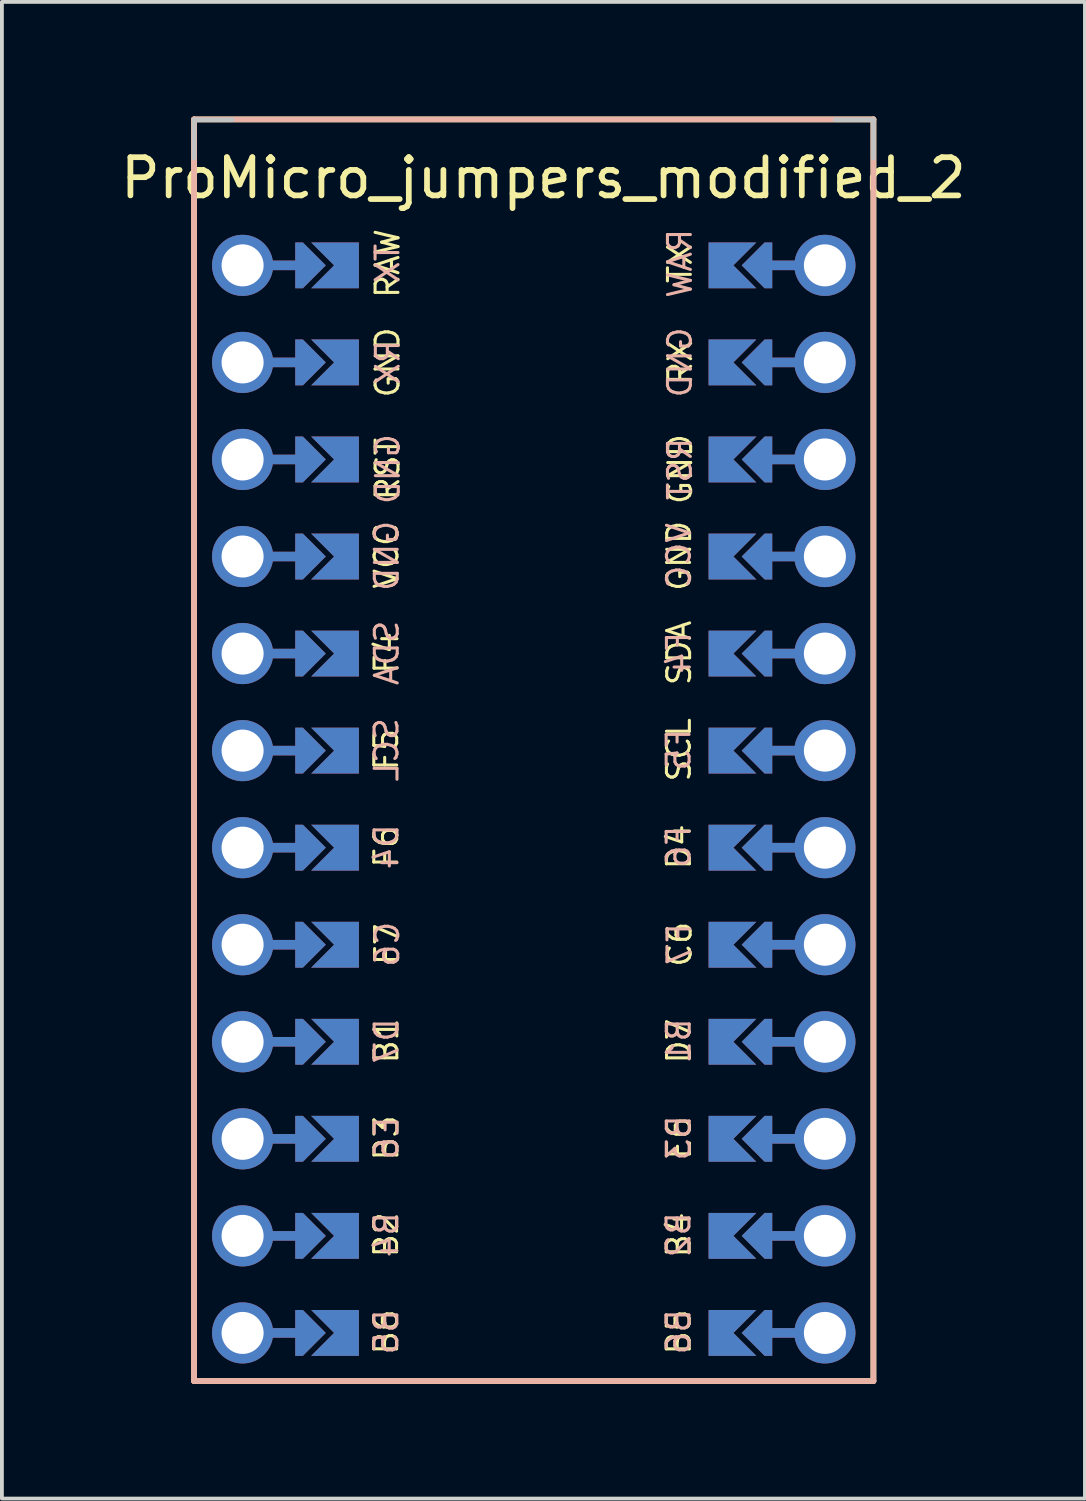
<source format=kicad_pcb>
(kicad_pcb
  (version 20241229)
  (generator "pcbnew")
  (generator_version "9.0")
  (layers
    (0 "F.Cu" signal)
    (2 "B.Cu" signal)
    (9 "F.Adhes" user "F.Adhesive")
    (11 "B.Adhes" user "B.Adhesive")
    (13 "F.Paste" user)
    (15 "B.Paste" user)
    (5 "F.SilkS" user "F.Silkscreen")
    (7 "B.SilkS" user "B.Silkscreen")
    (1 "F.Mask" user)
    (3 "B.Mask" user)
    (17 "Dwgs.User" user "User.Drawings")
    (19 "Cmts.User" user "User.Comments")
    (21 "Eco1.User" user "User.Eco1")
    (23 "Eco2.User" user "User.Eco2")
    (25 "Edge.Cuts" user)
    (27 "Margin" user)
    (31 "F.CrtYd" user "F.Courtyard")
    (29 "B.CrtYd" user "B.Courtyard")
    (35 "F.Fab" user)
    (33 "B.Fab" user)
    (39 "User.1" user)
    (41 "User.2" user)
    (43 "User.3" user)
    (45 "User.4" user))
  (footprint "ProMicro_jumpers_modified_2"
    (layer "F.Cu")
    (at 10.919 17.865)
    (property "Reference" "ProMicro_jumpers_modified_2" (at 0.254 -16.256 0) (layer "F.SilkS") (effects (font (size 1 1) (thickness 0.15))))
    (fp_poly (pts (xy -5.08 -14.478) (xy -5.08 -13.462) (xy -6.096 -13.462) (xy -6.096 -14.478)) (stroke (width 0.1) (type solid)) (fill yes) (layer "F.Mask"))
    (fp_poly (pts (xy -5.08 -11.938) (xy -5.08 -10.922) (xy -6.096 -10.922) (xy -6.096 -11.938)) (stroke (width 0.1) (type solid)) (fill yes) (layer "F.Mask"))
    (fp_poly (pts (xy -5.08 -9.398) (xy -5.08 -8.382) (xy -6.096 -8.382) (xy -6.096 -9.398)) (stroke (width 0.1) (type solid)) (fill yes) (layer "F.Mask"))
    (fp_poly (pts (xy -5.08 -6.858) (xy -5.08 -5.842) (xy -6.096 -5.842) (xy -6.096 -6.858)) (stroke (width 0.1) (type solid)) (fill yes) (layer "F.Mask"))
    (fp_poly (pts (xy -5.08 -4.318) (xy -5.08 -3.302) (xy -6.096 -3.302) (xy -6.096 -4.318)) (stroke (width 0.1) (type solid)) (fill yes) (layer "F.Mask"))
    (fp_poly (pts (xy -5.08 -1.778) (xy -5.08 -0.762) (xy -6.096 -0.762) (xy -6.096 -1.778)) (stroke (width 0.1) (type solid)) (fill yes) (layer "F.Mask"))
    (fp_poly (pts (xy -5.08 0.762) (xy -5.08 1.778) (xy -6.096 1.778) (xy -6.096 0.762)) (stroke (width 0.1) (type solid)) (fill yes) (layer "F.Mask"))
    (fp_poly (pts (xy -5.08 3.302) (xy -5.08 4.318) (xy -6.096 4.318) (xy -6.096 3.302)) (stroke (width 0.1) (type solid)) (fill yes) (layer "F.Mask"))
    (fp_poly (pts (xy -5.08 5.842) (xy -5.08 6.858) (xy -6.096 6.858) (xy -6.096 5.842)) (stroke (width 0.1) (type solid)) (fill yes) (layer "F.Mask"))
    (fp_poly (pts (xy -5.08 8.382) (xy -5.08 9.398) (xy -6.096 9.398) (xy -6.096 8.382)) (stroke (width 0.1) (type solid)) (fill yes) (layer "F.Mask"))
    (fp_poly (pts (xy -5.08 10.922) (xy -5.08 11.938) (xy -6.096 11.938) (xy -6.096 10.922)) (stroke (width 0.1) (type solid)) (fill yes) (layer "F.Mask"))
    (fp_poly (pts (xy -5.08 13.462) (xy -5.08 14.478) (xy -6.096 14.478) (xy -6.096 13.462)) (stroke (width 0.1) (type solid)) (fill yes) (layer "F.Mask"))
    (fp_poly (pts (xy 5.08 -13.462) (xy 5.08 -14.478) (xy 6.096 -14.478) (xy 6.096 -13.462)) (stroke (width 0.1) (type solid)) (fill yes) (layer "F.Mask"))
    (fp_poly (pts (xy 5.08 -10.922) (xy 5.08 -11.938) (xy 6.096 -11.938) (xy 6.096 -10.922)) (stroke (width 0.1) (type solid)) (fill yes) (layer "F.Mask"))
    (fp_poly (pts (xy 5.08 -8.382) (xy 5.08 -9.398) (xy 6.096 -9.398) (xy 6.096 -8.382)) (stroke (width 0.1) (type solid)) (fill yes) (layer "F.Mask"))
    (fp_poly (pts (xy 5.08 -5.842) (xy 5.08 -6.858) (xy 6.096 -6.858) (xy 6.096 -5.842)) (stroke (width 0.1) (type solid)) (fill yes) (layer "F.Mask"))
    (fp_poly (pts (xy 5.08 -3.302) (xy 5.08 -4.318) (xy 6.096 -4.318) (xy 6.096 -3.302)) (stroke (width 0.1) (type solid)) (fill yes) (layer "F.Mask"))
    (fp_poly (pts (xy 5.08 -0.762) (xy 5.08 -1.778) (xy 6.096 -1.778) (xy 6.096 -0.762)) (stroke (width 0.1) (type solid)) (fill yes) (layer "F.Mask"))
    (fp_poly (pts (xy 5.08 1.778) (xy 5.08 0.762) (xy 6.096 0.762) (xy 6.096 1.778)) (stroke (width 0.1) (type solid)) (fill yes) (layer "F.Mask"))
    (fp_poly (pts (xy 5.08 4.318) (xy 5.08 3.302) (xy 6.096 3.302) (xy 6.096 4.318)) (stroke (width 0.1) (type solid)) (fill yes) (layer "F.Mask"))
    (fp_poly (pts (xy 5.08 6.858) (xy 5.08 5.842) (xy 6.096 5.842) (xy 6.096 6.858)) (stroke (width 0.1) (type solid)) (fill yes) (layer "F.Mask"))
    (fp_poly (pts (xy 5.08 9.398) (xy 5.08 8.382) (xy 6.096 8.382) (xy 6.096 9.398)) (stroke (width 0.1) (type solid)) (fill yes) (layer "F.Mask"))
    (fp_poly (pts (xy 5.08 11.938) (xy 5.08 10.922) (xy 6.096 10.922) (xy 6.096 11.938)) (stroke (width 0.1) (type solid)) (fill yes) (layer "F.Mask"))
    (fp_poly (pts (xy 5.08 14.478) (xy 5.08 13.462) (xy 6.096 13.462) (xy 6.096 14.478)) (stroke (width 0.1) (type solid)) (fill yes) (layer "F.Mask"))
    (fp_poly (pts (xy -5.08 -14.478) (xy -5.08 -13.462) (xy -6.096 -13.462) (xy -6.096 -14.478)) (stroke (width 0.1) (type solid)) (fill yes) (layer "B.Mask"))
    (fp_poly (pts (xy -5.08 -11.938) (xy -5.08 -10.922) (xy -6.096 -10.922) (xy -6.096 -11.938)) (stroke (width 0.1) (type solid)) (fill yes) (layer "B.Mask"))
    (fp_poly (pts (xy -5.08 -9.398) (xy -5.08 -8.382) (xy -6.096 -8.382) (xy -6.096 -9.398)) (stroke (width 0.1) (type solid)) (fill yes) (layer "B.Mask"))
    (fp_poly (pts (xy -5.08 -6.858) (xy -5.08 -5.842) (xy -6.096 -5.842) (xy -6.096 -6.858)) (stroke (width 0.1) (type solid)) (fill yes) (layer "B.Mask"))
    (fp_poly (pts (xy -5.08 -4.318) (xy -5.08 -3.302) (xy -6.096 -3.302) (xy -6.096 -4.318)) (stroke (width 0.1) (type solid)) (fill yes) (layer "B.Mask"))
    (fp_poly (pts (xy -5.08 -1.778) (xy -5.08 -0.762) (xy -6.096 -0.762) (xy -6.096 -1.778)) (stroke (width 0.1) (type solid)) (fill yes) (layer "B.Mask"))
    (fp_poly (pts (xy -5.08 0.762) (xy -5.08 1.778) (xy -6.096 1.778) (xy -6.096 0.762)) (stroke (width 0.1) (type solid)) (fill yes) (layer "B.Mask"))
    (fp_poly (pts (xy -5.08 3.302) (xy -5.08 4.318) (xy -6.096 4.318) (xy -6.096 3.302)) (stroke (width 0.1) (type solid)) (fill yes) (layer "B.Mask"))
    (fp_poly (pts (xy -5.08 5.842) (xy -5.08 6.858) (xy -6.096 6.858) (xy -6.096 5.842)) (stroke (width 0.1) (type solid)) (fill yes) (layer "B.Mask"))
    (fp_poly (pts (xy -5.08 8.382) (xy -5.08 9.398) (xy -6.096 9.398) (xy -6.096 8.382)) (stroke (width 0.1) (type solid)) (fill yes) (layer "B.Mask"))
    (fp_poly (pts (xy -5.08 10.922) (xy -5.08 11.938) (xy -6.096 11.938) (xy -6.096 10.922)) (stroke (width 0.1) (type solid)) (fill yes) (layer "B.Mask"))
    (fp_poly (pts (xy -5.08 13.462) (xy -5.08 14.478) (xy -6.096 14.478) (xy -6.096 13.462)) (stroke (width 0.1) (type solid)) (fill yes) (layer "B.Mask"))
    (fp_poly (pts (xy 5.08 -13.462) (xy 5.08 -14.478) (xy 6.096 -14.478) (xy 6.096 -13.462)) (stroke (width 0.1) (type solid)) (fill yes) (layer "B.Mask"))
    (fp_poly (pts (xy 5.08 -10.922) (xy 5.08 -11.938) (xy 6.096 -11.938) (xy 6.096 -10.922)) (stroke (width 0.1) (type solid)) (fill yes) (layer "B.Mask"))
    (fp_poly (pts (xy 5.08 -8.382) (xy 5.08 -9.398) (xy 6.096 -9.398) (xy 6.096 -8.382)) (stroke (width 0.1) (type solid)) (fill yes) (layer "B.Mask"))
    (fp_poly (pts (xy 5.08 -5.842) (xy 5.08 -6.858) (xy 6.096 -6.858) (xy 6.096 -5.842)) (stroke (width 0.1) (type solid)) (fill yes) (layer "B.Mask"))
    (fp_poly (pts (xy 5.08 -3.302) (xy 5.08 -4.318) (xy 6.096 -4.318) (xy 6.096 -3.302)) (stroke (width 0.1) (type solid)) (fill yes) (layer "B.Mask"))
    (fp_poly (pts (xy 5.08 -0.762) (xy 5.08 -1.778) (xy 6.096 -1.778) (xy 6.096 -0.762)) (stroke (width 0.1) (type solid)) (fill yes) (layer "B.Mask"))
    (fp_poly (pts (xy 5.08 1.778) (xy 5.08 0.762) (xy 6.096 0.762) (xy 6.096 1.778)) (stroke (width 0.1) (type solid)) (fill yes) (layer "B.Mask"))
    (fp_poly (pts (xy 5.08 4.318) (xy 5.08 3.302) (xy 6.096 3.302) (xy 6.096 4.318)) (stroke (width 0.1) (type solid)) (fill yes) (layer "B.Mask"))
    (fp_poly (pts (xy 5.08 6.858) (xy 5.08 5.842) (xy 6.096 5.842) (xy 6.096 6.858)) (stroke (width 0.1) (type solid)) (fill yes) (layer "B.Mask"))
    (fp_poly (pts (xy 5.08 9.398) (xy 5.08 8.382) (xy 6.096 8.382) (xy 6.096 9.398)) (stroke (width 0.1) (type solid)) (fill yes) (layer "B.Mask"))
    (fp_poly (pts (xy 5.08 11.938) (xy 5.08 10.922) (xy 6.096 10.922) (xy 6.096 11.938)) (stroke (width 0.1) (type solid)) (fill yes) (layer "B.Mask"))
    (fp_poly (pts (xy 5.08 14.478) (xy 5.08 13.462) (xy 6.096 13.462) (xy 6.096 14.478)) (stroke (width 0.1) (type solid)) (fill yes) (layer "B.Mask"))
    (fp_line (start -8.89 -17.79) (end -8.89 15.23) (stroke (width 0.15) (type solid)) (layer "F.SilkS"))
    (fp_line (start -8.89 -17.79) (end 8.89 -17.79) (stroke (width 0.15) (type default)) (layer "F.SilkS"))
    (fp_line (start 8.89 -17.79) (end 8.89 15.23) (stroke (width 0.15) (type solid)) (layer "F.SilkS"))
    (fp_line (start 8.89 15.23) (end -8.89 15.23) (stroke (width 0.15) (type default)) (layer "F.SilkS"))
    (fp_line (start -8.89 -17.79) (end -8.89 15.23) (stroke (width 0.15) (type solid)) (layer "B.SilkS"))
    (fp_line (start -8.89 15.23) (end 8.89 15.23) (stroke (width 0.15) (type default)) (layer "B.SilkS"))
    (fp_line (start 8.89 -17.79) (end -8.89 -17.79) (stroke (width 0.15) (type default)) (layer "B.SilkS"))
    (fp_line (start 8.89 -17.79) (end 8.89 15.23) (stroke (width 0.15) (type solid)) (layer "B.SilkS"))
    (fp_line (start -8.89 -17.78) (end -8.89 -16.78) (stroke (width 0.12) (type solid)) (layer "Dwgs.User"))
    (fp_line (start -8.89 -17.78) (end -7.89 -17.78) (stroke (width 0.12) (type solid)) (layer "Dwgs.User"))
    (fp_line (start 8.89 -17.78) (end 7.89 -17.78) (stroke (width 0.12) (type solid)) (layer "Dwgs.User"))
    (fp_line (start 8.89 -17.78) (end 8.89 -16.78) (stroke (width 0.12) (type solid)) (layer "Dwgs.User"))
    (fp_text user "C6" (at 3.82 3.798 90) (layer "F.SilkS") (effects (font (size 0.6 0.6) (thickness 0.08))))
    (fp_text user "B2" (at -3.864 11.402 90) (layer "F.SilkS") (effects (font (size 0.6 0.6) (thickness 0.08))))
    (fp_text user "F4" (at -3.853 -3.829 90) (layer "F.SilkS") (effects (font (size 0.6 0.6) (thickness 0.08))))
    (fp_text user "D7" (at 3.802 6.329 90) (layer "F.SilkS") (effects (font (size 0.6 0.6) (thickness 0.08))))
    (fp_text user "GND" (at 3.806 -6.367 90) (layer "F.SilkS") (effects (font (size 0.6 0.6) (thickness 0.08))))
    (fp_text user "F6" (at -3.86 1.246 90) (layer "F.SilkS") (effects (font (size 0.6 0.6) (thickness 0.08))))
    (fp_text user "F7" (at -3.839 3.797 90) (layer "F.SilkS") (effects (font (size 0.6 0.6) (thickness 0.08))))
    (fp_text user "F5" (at -3.86 -1.294 90) (layer "F.SilkS") (effects (font (size 0.6 0.6) (thickness 0.08))))
    (fp_text user "RAW" (at -3.826 -14.02 90) (layer "F.SilkS") (effects (font (size 0.6 0.6) (thickness 0.08))))
    (fp_text user "GND" (at -3.826 -11.43 90) (layer "F.SilkS") (effects (font (size 0.6 0.6) (thickness 0.08))))
    (fp_text user "B5" (at 3.795 13.944 90) (layer "F.SilkS") (effects (font (size 0.6 0.6) (thickness 0.08))))
    (fp_text user "B1" (at -3.857 6.327 90) (layer "F.SilkS") (effects (font (size 0.6 0.6) (thickness 0.08))))
    (fp_text user "SDA" (at 3.806 -3.827 90) (layer "F.SilkS") (effects (font (size 0.6 0.6) (thickness 0.08))))
    (fp_text user "B4" (at 3.795 11.404 90) (layer "F.SilkS") (effects (font (size 0.6 0.6) (thickness 0.08))))
    (fp_text user "GND" (at 3.833 -8.638 90) (layer "F.SilkS") (effects (font (size 0.6 0.6) (thickness 0.08))))
    (fp_text user "E6" (at 3.802 8.869 90) (layer "F.SilkS") (effects (font (size 0.6 0.6) (thickness 0.08))))
    (fp_text user "VCC" (at -3.853 -6.369 90) (layer "F.SilkS") (effects (font (size 0.6 0.6) (thickness 0.08))))
    (fp_text user "RST" (at -3.826 -8.64 90) (layer "F.SilkS") (effects (font (size 0.6 0.6) (thickness 0.08))))
    (fp_text user "D4" (at 3.799 1.248 90) (layer "F.SilkS") (effects (font (size 0.6 0.6) (thickness 0.08))))
    (fp_text user "B3" (at -3.857 8.867 90) (layer "F.SilkS") (effects (font (size 0.6 0.6) (thickness 0.08))))
    (fp_text user "RX" (at 3.833 -11.428 90) (layer "F.SilkS") (effects (font (size 0.6 0.6) (thickness 0.08))))
    (fp_text user "SCL" (at 3.799 -1.292 90) (layer "F.SilkS") (effects (font (size 0.6 0.6) (thickness 0.08))))
    (fp_text user "B6" (at -3.864 13.942 90) (layer "F.SilkS") (effects (font (size 0.6 0.6) (thickness 0.08))))
    (fp_text user "TX" (at 3.826 -14.02 90) (layer "F.SilkS") (effects (font (size 0.6 0.6) (thickness 0.08))))
    (fp_text user "VCC" (at 3.799 -6.369 90) (layer "B.SilkS") (effects (font (size 0.6 0.6) (thickness 0.08)) (justify mirror)))
    (fp_text user "F5" (at 3.792 -1.294 90) (layer "B.SilkS") (effects (font (size 0.6 0.6) (thickness 0.08)) (justify mirror)))
    (fp_text user "SDA" (at -3.846 -3.827 90) (layer "B.SilkS") (effects (font (size 0.6 0.6) (thickness 0.08)) (justify mirror)))
    (fp_text user "E6" (at -3.85 8.869 90) (layer "B.SilkS") (effects (font (size 0.6 0.6) (thickness 0.08)) (justify mirror)))
    (fp_text user "F6" (at 3.792 1.246 90) (layer "B.SilkS") (effects (font (size 0.6 0.6) (thickness 0.08)) (justify mirror)))
    (fp_text user "GND" (at -3.819 -8.638 90) (layer "B.SilkS") (effects (font (size 0.6 0.6) (thickness 0.08)) (justify mirror)))
    (fp_text user "F7" (at 3.813 3.797 90) (layer "B.SilkS") (effects (font (size 0.6 0.6) (thickness 0.08)) (justify mirror)))
    (fp_text user "D4" (at -3.853 1.248 90) (layer "B.SilkS") (effects (font (size 0.6 0.6) (thickness 0.08)) (justify mirror)))
    (fp_text user "RAW" (at 3.826 -14.02 90) (layer "B.SilkS") (effects (font (size 0.6 0.6) (thickness 0.08)) (justify mirror)))
    (fp_text user "B2" (at 3.788 11.402 90) (layer "B.SilkS") (effects (font (size 0.6 0.6) (thickness 0.08)) (justify mirror)))
    (fp_text user "B6" (at 3.788 13.942 90) (layer "B.SilkS") (effects (font (size 0.6 0.6) (thickness 0.08)) (justify mirror)))
    (fp_text user "GND" (at -3.846 -6.367 90) (layer "B.SilkS") (effects (font (size 0.6 0.6) (thickness 0.08)) (justify mirror)))
    (fp_text user "B5" (at -3.857 13.944 90) (layer "B.SilkS") (effects (font (size 0.6 0.6) (thickness 0.08)) (justify mirror)))
    (fp_text user "B4" (at -3.857 11.404 90) (layer "B.SilkS") (effects (font (size 0.6 0.6) (thickness 0.08)) (justify mirror)))
    (fp_text user "RX" (at -3.819 -11.428 90) (layer "B.SilkS") (effects (font (size 0.6 0.6) (thickness 0.08)) (justify mirror)))
    (fp_text user "C6" (at -3.832 3.798 90) (layer "B.SilkS") (effects (font (size 0.6 0.6) (thickness 0.08)) (justify mirror)))
    (fp_text user "SCL" (at -3.853 -1.292 90) (layer "B.SilkS") (effects (font (size 0.6 0.6) (thickness 0.08)) (justify mirror)))
    (fp_text user "F4" (at 3.799 -3.829 90) (layer "B.SilkS") (effects (font (size 0.6 0.6) (thickness 0.08)) (justify mirror)))
    (fp_text user "D7" (at -3.85 6.329 90) (layer "B.SilkS") (effects (font (size 0.6 0.6) (thickness 0.08)) (justify mirror)))
    (fp_text user "TX" (at -3.826 -14.02 90) (layer "B.SilkS") (effects (font (size 0.6 0.6) (thickness 0.08)) (justify mirror)))
    (fp_text user "RST" (at 3.826 -8.64 90) (layer "B.SilkS") (effects (font (size 0.6 0.6) (thickness 0.08)) (justify mirror)))
    (fp_text user "GND" (at 3.826 -11.43 90) (layer "B.SilkS") (effects (font (size 0.6 0.6) (thickness 0.08)) (justify mirror)))
    (fp_text user "B3" (at 3.795 8.867 90) (layer "B.SilkS") (effects (font (size 0.6 0.6) (thickness 0.08)) (justify mirror)))
    (fp_text user "B1" (at 3.795 6.327 90) (layer "B.SilkS") (effects (font (size 0.6 0.6) (thickness 0.08)) (justify mirror)))
    (pad "" thru_hole circle (at -7.62 -13.97 270) (size 1.6 1.6) (drill 1.1) (layers "*.Cu" "*.Mask"))
    (pad "" thru_hole circle (at -7.62 -11.43 270) (size 1.6 1.6) (drill 1.1) (layers "*.Cu" "*.Mask"))
    (pad "" thru_hole circle (at -7.62 -8.89 270) (size 1.6 1.6) (drill 1.1) (layers "*.Cu" "*.Mask"))
    (pad "" thru_hole circle (at -7.62 -6.35 270) (size 1.6 1.6) (drill 1.1) (layers "*.Cu" "*.Mask"))
    (pad "" thru_hole circle (at -7.62 -3.81 270) (size 1.6 1.6) (drill 1.1) (layers "*.Cu" "*.Mask"))
    (pad "" thru_hole circle (at -7.62 -1.27 270) (size 1.6 1.6) (drill 1.1) (layers "*.Cu" "*.Mask"))
    (pad "" thru_hole circle (at -7.62 1.27 270) (size 1.6 1.6) (drill 1.1) (layers "*.Cu" "*.Mask"))
    (pad "" thru_hole circle (at -7.62 3.81 270) (size 1.6 1.6) (drill 1.1) (layers "*.Cu" "*.Mask"))
    (pad "" thru_hole circle (at -7.62 6.35 270) (size 1.6 1.6) (drill 1.1) (layers "*.Cu" "*.Mask"))
    (pad "" thru_hole circle (at -7.62 8.89 270) (size 1.6 1.6) (drill 1.1) (layers "*.Cu" "*.Mask"))
    (pad "" thru_hole circle (at -7.62 11.43 270) (size 1.6 1.6) (drill 1.1) (layers "*.Cu" "*.Mask"))
    (pad "" thru_hole circle (at -7.62 13.97 270) (size 1.6 1.6) (drill 1.1) (layers "*.Cu" "*.Mask"))
    (pad "" smd custom (at -6.35 -13.97 90) (size 0.25 1) (layers "F.Cu") (options (anchor rect)) (primitives))
    (pad "" smd custom (at -6.35 -13.97 90) (size 0.25 1) (layers "B.Cu") (options (anchor rect)) (primitives))
    (pad "" smd custom (at -6.35 -11.43 90) (size 0.25 1) (layers "F.Cu") (options (anchor rect)) (primitives))
    (pad "" smd custom (at -6.35 -11.43 90) (size 0.25 1) (layers "B.Cu") (options (anchor rect)) (primitives))
    (pad "" smd custom (at -6.35 -8.89 90) (size 0.25 1) (layers "F.Cu") (options (anchor rect)) (primitives))
    (pad "" smd custom (at -6.35 -8.89 90) (size 0.25 1) (layers "B.Cu") (options (anchor rect)) (primitives))
    (pad "" smd custom (at -6.35 -6.35 90) (size 0.25 1) (layers "F.Cu") (options (anchor rect)) (primitives))
    (pad "" smd custom (at -6.35 -6.35 90) (size 0.25 1) (layers "B.Cu") (options (anchor rect)) (primitives))
    (pad "" smd custom (at -6.35 -3.81 90) (size 0.25 1) (layers "F.Cu") (options (anchor rect)) (primitives))
    (pad "" smd custom (at -6.35 -3.81 90) (size 0.25 1) (layers "B.Cu") (options (anchor rect)) (primitives))
    (pad "" smd custom (at -6.35 -1.27 90) (size 0.25 1) (layers "F.Cu") (options (anchor rect)) (primitives))
    (pad "" smd custom (at -6.35 -1.27 90) (size 0.25 1) (layers "B.Cu") (options (anchor rect)) (primitives))
    (pad "" smd custom (at -6.35 1.27 90) (size 0.25 1) (layers "F.Cu") (options (anchor rect)) (primitives))
    (pad "" smd custom (at -6.35 1.27 90) (size 0.25 1) (layers "B.Cu") (options (anchor rect)) (primitives))
    (pad "" smd custom (at -6.35 3.81 90) (size 0.25 1) (layers "F.Cu") (options (anchor rect)) (primitives))
    (pad "" smd custom (at -6.35 3.81 90) (size 0.25 1) (layers "B.Cu") (options (anchor rect)) (primitives))
    (pad "" smd custom (at -6.35 6.35 90) (size 0.25 1) (layers "F.Cu") (options (anchor rect)) (primitives))
    (pad "" smd custom (at -6.35 6.35 90) (size 0.25 1) (layers "B.Cu") (options (anchor rect)) (primitives))
    (pad "" smd custom (at -6.35 8.89 90) (size 0.25 1) (layers "F.Cu") (options (anchor rect)) (primitives))
    (pad "" smd custom (at -6.35 8.89 90) (size 0.25 1) (layers "B.Cu") (options (anchor rect)) (primitives))
    (pad "" smd custom (at -6.35 11.43 90) (size 0.25 1) (layers "F.Cu") (options (anchor rect)) (primitives))
    (pad "" smd custom (at -6.35 11.43 90) (size 0.25 1) (layers "B.Cu") (options (anchor rect)) (primitives))
    (pad "" smd custom (at -6.35 13.97 90) (size 0.25 1) (layers "F.Cu") (options (anchor rect)) (primitives))
    (pad "" smd custom (at -6.35 13.97 90) (size 0.25 1) (layers "B.Cu") (options (anchor rect)) (primitives))
    (pad "" smd custom (at -5.842 -13.97 90) (size 0.1 0.1) (layers "F.Cu" "F.Mask") (options (anchor rect)) (primitives (gr_poly (pts (xy 0.6 -0.2) (xy 0 0.4) (xy -0.6 -0.2) (xy -0.6 -0.4) (xy 0.6 -0.4)) (width 0) (fill yes))))
    (pad "" smd custom (at -5.842 -13.97 90) (size 0.1 0.1) (layers "B.Cu" "B.Mask") (options (anchor rect)) (primitives (gr_poly (pts (xy 0.6 -0.2) (xy 0 0.4) (xy -0.6 -0.2) (xy -0.6 -0.4) (xy 0.6 -0.4)) (width 0) (fill yes))))
    (pad "" smd custom (at -5.842 -11.43 90) (size 0.1 0.1) (layers "F.Cu" "F.Mask") (options (anchor rect)) (primitives (gr_poly (pts (xy 0.6 -0.2) (xy 0 0.4) (xy -0.6 -0.2) (xy -0.6 -0.4) (xy 0.6 -0.4)) (width 0) (fill yes))))
    (pad "" smd custom (at -5.842 -11.43 90) (size 0.1 0.1) (layers "B.Cu" "B.Mask") (options (anchor rect)) (primitives (gr_poly (pts (xy 0.6 -0.2) (xy 0 0.4) (xy -0.6 -0.2) (xy -0.6 -0.4) (xy 0.6 -0.4)) (width 0) (fill yes))))
    (pad "" smd custom (at -5.842 -8.89 90) (size 0.1 0.1) (layers "F.Cu" "F.Mask") (options (anchor rect)) (primitives (gr_poly (pts (xy 0.6 -0.2) (xy 0 0.4) (xy -0.6 -0.2) (xy -0.6 -0.4) (xy 0.6 -0.4)) (width 0) (fill yes))))
    (pad "" smd custom (at -5.842 -8.89 90) (size 0.1 0.1) (layers "B.Cu" "B.Mask") (options (anchor rect)) (primitives (gr_poly (pts (xy 0.6 -0.2) (xy 0 0.4) (xy -0.6 -0.2) (xy -0.6 -0.4) (xy 0.6 -0.4)) (width 0) (fill yes))))
    (pad "" smd custom (at -5.842 -6.35 90) (size 0.1 0.1) (layers "F.Cu" "F.Mask") (options (anchor rect)) (primitives (gr_poly (pts (xy 0.6 -0.2) (xy 0 0.4) (xy -0.6 -0.2) (xy -0.6 -0.4) (xy 0.6 -0.4)) (width 0) (fill yes))))
    (pad "" smd custom (at -5.842 -6.35 90) (size 0.1 0.1) (layers "B.Cu" "B.Mask") (options (anchor rect)) (primitives (gr_poly (pts (xy 0.6 -0.2) (xy 0 0.4) (xy -0.6 -0.2) (xy -0.6 -0.4) (xy 0.6 -0.4)) (width 0) (fill yes))))
    (pad "" smd custom (at -5.842 -3.81 90) (size 0.1 0.1) (layers "F.Cu" "F.Mask") (options (anchor rect)) (primitives (gr_poly (pts (xy 0.6 -0.2) (xy 0 0.4) (xy -0.6 -0.2) (xy -0.6 -0.4) (xy 0.6 -0.4)) (width 0) (fill yes))))
    (pad "" smd custom (at -5.842 -3.81 90) (size 0.1 0.1) (layers "B.Cu" "B.Mask") (options (anchor rect)) (primitives (gr_poly (pts (xy 0.6 -0.2) (xy 0 0.4) (xy -0.6 -0.2) (xy -0.6 -0.4) (xy 0.6 -0.4)) (width 0) (fill yes))))
    (pad "" smd custom (at -5.842 -1.27 90) (size 0.1 0.1) (layers "F.Cu" "F.Mask") (options (anchor rect)) (primitives (gr_poly (pts (xy 0.6 -0.2) (xy 0 0.4) (xy -0.6 -0.2) (xy -0.6 -0.4) (xy 0.6 -0.4)) (width 0) (fill yes))))
    (pad "" smd custom (at -5.842 -1.27 90) (size 0.1 0.1) (layers "B.Cu" "B.Mask") (options (anchor rect)) (primitives (gr_poly (pts (xy 0.6 -0.2) (xy 0 0.4) (xy -0.6 -0.2) (xy -0.6 -0.4) (xy 0.6 -0.4)) (width 0) (fill yes))))
    (pad "" smd custom (at -5.842 1.27 90) (size 0.1 0.1) (layers "F.Cu" "F.Mask") (options (anchor rect)) (primitives (gr_poly (pts (xy 0.6 -0.2) (xy 0 0.4) (xy -0.6 -0.2) (xy -0.6 -0.4) (xy 0.6 -0.4)) (width 0) (fill yes))))
    (pad "" smd custom (at -5.842 1.27 90) (size 0.1 0.1) (layers "B.Cu" "B.Mask") (options (anchor rect)) (primitives (gr_poly (pts (xy 0.6 -0.2) (xy 0 0.4) (xy -0.6 -0.2) (xy -0.6 -0.4) (xy 0.6 -0.4)) (width 0) (fill yes))))
    (pad "" smd custom (at -5.842 3.81 90) (size 0.1 0.1) (layers "F.Cu" "F.Mask") (options (anchor rect)) (primitives (gr_poly (pts (xy 0.6 -0.2) (xy 0 0.4) (xy -0.6 -0.2) (xy -0.6 -0.4) (xy 0.6 -0.4)) (width 0) (fill yes))))
    (pad "" smd custom (at -5.842 3.81 90) (size 0.1 0.1) (layers "B.Cu" "B.Mask") (options (anchor rect)) (primitives (gr_poly (pts (xy 0.6 -0.2) (xy 0 0.4) (xy -0.6 -0.2) (xy -0.6 -0.4) (xy 0.6 -0.4)) (width 0) (fill yes))))
    (pad "" smd custom (at -5.842 6.35 90) (size 0.1 0.1) (layers "F.Cu" "F.Mask") (options (anchor rect)) (primitives (gr_poly (pts (xy 0.6 -0.2) (xy 0 0.4) (xy -0.6 -0.2) (xy -0.6 -0.4) (xy 0.6 -0.4)) (width 0) (fill yes))))
    (pad "" smd custom (at -5.842 6.35 90) (size 0.1 0.1) (layers "B.Cu" "B.Mask") (options (anchor rect)) (primitives (gr_poly (pts (xy 0.6 -0.2) (xy 0 0.4) (xy -0.6 -0.2) (xy -0.6 -0.4) (xy 0.6 -0.4)) (width 0) (fill yes))))
    (pad "" smd custom (at -5.842 8.89 90) (size 0.1 0.1) (layers "F.Cu" "F.Mask") (options (anchor rect)) (primitives (gr_poly (pts (xy 0.6 -0.2) (xy 0 0.4) (xy -0.6 -0.2) (xy -0.6 -0.4) (xy 0.6 -0.4)) (width 0) (fill yes))))
    (pad "" smd custom (at -5.842 8.89 90) (size 0.1 0.1) (layers "B.Cu" "B.Mask") (options (anchor rect)) (primitives (gr_poly (pts (xy 0.6 -0.2) (xy 0 0.4) (xy -0.6 -0.2) (xy -0.6 -0.4) (xy 0.6 -0.4)) (width 0) (fill yes))))
    (pad "" smd custom (at -5.842 11.43 90) (size 0.1 0.1) (layers "F.Cu" "F.Mask") (options (anchor rect)) (primitives (gr_poly (pts (xy 0.6 -0.2) (xy 0 0.4) (xy -0.6 -0.2) (xy -0.6 -0.4) (xy 0.6 -0.4)) (width 0) (fill yes))))
    (pad "" smd custom (at -5.842 11.43 90) (size 0.1 0.1) (layers "B.Cu" "B.Mask") (options (anchor rect)) (primitives (gr_poly (pts (xy 0.6 -0.2) (xy 0 0.4) (xy -0.6 -0.2) (xy -0.6 -0.4) (xy 0.6 -0.4)) (width 0) (fill yes))))
    (pad "" smd custom (at -5.842 13.97 90) (size 0.1 0.1) (layers "F.Cu" "F.Mask") (options (anchor rect)) (primitives (gr_poly (pts (xy 0.6 -0.2) (xy 0 0.4) (xy -0.6 -0.2) (xy -0.6 -0.4) (xy 0.6 -0.4)) (width 0) (fill yes))))
    (pad "" smd custom (at -5.842 13.97 90) (size 0.1 0.1) (layers "B.Cu" "B.Mask") (options (anchor rect)) (primitives (gr_poly (pts (xy 0.6 -0.2) (xy 0 0.4) (xy -0.6 -0.2) (xy -0.6 -0.4) (xy 0.6 -0.4)) (width 0) (fill yes))))
    (pad "" smd custom (at 5.842 -13.97 270) (size 0.1 0.1) (layers "F.Cu" "F.Mask") (options (anchor rect)) (primitives (gr_poly (pts (xy 0.6 -0.2) (xy 0 0.4) (xy -0.6 -0.2) (xy -0.6 -0.4) (xy 0.6 -0.4)) (width 0) (fill yes))))
    (pad "" smd custom (at 5.842 -13.97 270) (size 0.1 0.1) (layers "B.Cu" "B.Mask") (options (anchor rect)) (primitives (gr_poly (pts (xy 0.6 -0.2) (xy 0 0.4) (xy -0.6 -0.2) (xy -0.6 -0.4) (xy 0.6 -0.4)) (width 0) (fill yes))))
    (pad "" smd custom (at 5.842 -11.43 270) (size 0.1 0.1) (layers "F.Cu" "F.Mask") (options (anchor rect)) (primitives (gr_poly (pts (xy 0.6 -0.2) (xy 0 0.4) (xy -0.6 -0.2) (xy -0.6 -0.4) (xy 0.6 -0.4)) (width 0) (fill yes))))
    (pad "" smd custom (at 5.842 -11.43 270) (size 0.1 0.1) (layers "B.Cu" "B.Mask") (options (anchor rect)) (primitives (gr_poly (pts (xy 0.6 -0.2) (xy 0 0.4) (xy -0.6 -0.2) (xy -0.6 -0.4) (xy 0.6 -0.4)) (width 0) (fill yes))))
    (pad "" smd custom (at 5.842 -8.89 270) (size 0.1 0.1) (layers "F.Cu" "F.Mask") (options (anchor rect)) (primitives (gr_poly (pts (xy 0.6 -0.2) (xy 0 0.4) (xy -0.6 -0.2) (xy -0.6 -0.4) (xy 0.6 -0.4)) (width 0) (fill yes))))
    (pad "" smd custom (at 5.842 -8.89 270) (size 0.1 0.1) (layers "B.Cu" "B.Mask") (options (anchor rect)) (primitives (gr_poly (pts (xy 0.6 -0.2) (xy 0 0.4) (xy -0.6 -0.2) (xy -0.6 -0.4) (xy 0.6 -0.4)) (width 0) (fill yes))))
    (pad "" smd custom (at 5.842 -6.35 270) (size 0.1 0.1) (layers "F.Cu" "F.Mask") (options (anchor rect)) (primitives (gr_poly (pts (xy 0.6 -0.2) (xy 0 0.4) (xy -0.6 -0.2) (xy -0.6 -0.4) (xy 0.6 -0.4)) (width 0) (fill yes))))
    (pad "" smd custom (at 5.842 -6.35 270) (size 0.1 0.1) (layers "B.Cu" "B.Mask") (options (anchor rect)) (primitives (gr_poly (pts (xy 0.6 -0.2) (xy 0 0.4) (xy -0.6 -0.2) (xy -0.6 -0.4) (xy 0.6 -0.4)) (width 0) (fill yes))))
    (pad "" smd custom (at 5.842 -3.81 270) (size 0.1 0.1) (layers "F.Cu" "F.Mask") (options (anchor rect)) (primitives (gr_poly (pts (xy 0.6 -0.2) (xy 0 0.4) (xy -0.6 -0.2) (xy -0.6 -0.4) (xy 0.6 -0.4)) (width 0) (fill yes))))
    (pad "" smd custom (at 5.842 -3.81 270) (size 0.1 0.1) (layers "B.Cu" "B.Mask") (options (anchor rect)) (primitives (gr_poly (pts (xy 0.6 -0.2) (xy 0 0.4) (xy -0.6 -0.2) (xy -0.6 -0.4) (xy 0.6 -0.4)) (width 0) (fill yes))))
    (pad "" smd custom (at 5.842 -1.27 270) (size 0.1 0.1) (layers "F.Cu" "F.Mask") (options (anchor rect)) (primitives (gr_poly (pts (xy 0.6 -0.2) (xy 0 0.4) (xy -0.6 -0.2) (xy -0.6 -0.4) (xy 0.6 -0.4)) (width 0) (fill yes))))
    (pad "" smd custom (at 5.842 -1.27 270) (size 0.1 0.1) (layers "B.Cu" "B.Mask") (options (anchor rect)) (primitives (gr_poly (pts (xy 0.6 -0.2) (xy 0 0.4) (xy -0.6 -0.2) (xy -0.6 -0.4) (xy 0.6 -0.4)) (width 0) (fill yes))))
    (pad "" smd custom (at 5.842 1.27 270) (size 0.1 0.1) (layers "F.Cu" "F.Mask") (options (anchor rect)) (primitives (gr_poly (pts (xy 0.6 -0.2) (xy 0 0.4) (xy -0.6 -0.2) (xy -0.6 -0.4) (xy 0.6 -0.4)) (width 0) (fill yes))))
    (pad "" smd custom (at 5.842 1.27 270) (size 0.1 0.1) (layers "B.Cu" "B.Mask") (options (anchor rect)) (primitives (gr_poly (pts (xy 0.6 -0.2) (xy 0 0.4) (xy -0.6 -0.2) (xy -0.6 -0.4) (xy 0.6 -0.4)) (width 0) (fill yes))))
    (pad "" smd custom (at 5.842 3.81 270) (size 0.1 0.1) (layers "F.Cu" "F.Mask") (options (anchor rect)) (primitives (gr_poly (pts (xy 0.6 -0.2) (xy 0 0.4) (xy -0.6 -0.2) (xy -0.6 -0.4) (xy 0.6 -0.4)) (width 0) (fill yes))))
    (pad "" smd custom (at 5.842 3.81 270) (size 0.1 0.1) (layers "B.Cu" "B.Mask") (options (anchor rect)) (primitives (gr_poly (pts (xy 0.6 -0.2) (xy 0 0.4) (xy -0.6 -0.2) (xy -0.6 -0.4) (xy 0.6 -0.4)) (width 0) (fill yes))))
    (pad "" smd custom (at 5.842 6.35 270) (size 0.1 0.1) (layers "F.Cu" "F.Mask") (options (anchor rect)) (primitives (gr_poly (pts (xy 0.6 -0.2) (xy 0 0.4) (xy -0.6 -0.2) (xy -0.6 -0.4) (xy 0.6 -0.4)) (width 0) (fill yes))))
    (pad "" smd custom (at 5.842 6.35 270) (size 0.1 0.1) (layers "B.Cu" "B.Mask") (options (anchor rect)) (primitives (gr_poly (pts (xy 0.6 -0.2) (xy 0 0.4) (xy -0.6 -0.2) (xy -0.6 -0.4) (xy 0.6 -0.4)) (width 0) (fill yes))))
    (pad "" smd custom (at 5.842 8.89 270) (size 0.1 0.1) (layers "F.Cu" "F.Mask") (options (anchor rect)) (primitives (gr_poly (pts (xy 0.6 -0.2) (xy 0 0.4) (xy -0.6 -0.2) (xy -0.6 -0.4) (xy 0.6 -0.4)) (width 0) (fill yes))))
    (pad "" smd custom (at 5.842 8.89 270) (size 0.1 0.1) (layers "B.Cu" "B.Mask") (options (anchor rect)) (primitives (gr_poly (pts (xy 0.6 -0.2) (xy 0 0.4) (xy -0.6 -0.2) (xy -0.6 -0.4) (xy 0.6 -0.4)) (width 0) (fill yes))))
    (pad "" smd custom (at 5.842 11.43 270) (size 0.1 0.1) (layers "F.Cu" "F.Mask") (options (anchor rect)) (primitives (gr_poly (pts (xy 0.6 -0.2) (xy 0 0.4) (xy -0.6 -0.2) (xy -0.6 -0.4) (xy 0.6 -0.4)) (width 0) (fill yes))))
    (pad "" smd custom (at 5.842 11.43 270) (size 0.1 0.1) (layers "B.Cu" "B.Mask") (options (anchor rect)) (primitives (gr_poly (pts (xy 0.6 -0.2) (xy 0 0.4) (xy -0.6 -0.2) (xy -0.6 -0.4) (xy 0.6 -0.4)) (width 0) (fill yes))))
    (pad "" smd custom (at 5.842 13.97 270) (size 0.1 0.1) (layers "F.Cu" "F.Mask") (options (anchor rect)) (primitives (gr_poly (pts (xy 0.6 -0.2) (xy 0 0.4) (xy -0.6 -0.2) (xy -0.6 -0.4) (xy 0.6 -0.4)) (width 0) (fill yes))))
    (pad "" smd custom (at 5.842 13.97 270) (size 0.1 0.1) (layers "B.Cu" "B.Mask") (options (anchor rect)) (primitives (gr_poly (pts (xy 0.6 -0.2) (xy 0 0.4) (xy -0.6 -0.2) (xy -0.6 -0.4) (xy 0.6 -0.4)) (width 0) (fill yes))))
    (pad "" smd custom (at 6.35 -13.97 270) (size 0.25 1) (layers "F.Cu") (options (anchor rect)) (primitives))
    (pad "" smd custom (at 6.35 -13.97 270) (size 0.25 1) (layers "B.Cu") (options (anchor rect)) (primitives))
    (pad "" smd custom (at 6.35 -11.43 270) (size 0.25 1) (layers "F.Cu") (options (anchor rect)) (primitives))
    (pad "" smd custom (at 6.35 -11.43 270) (size 0.25 1) (layers "B.Cu") (options (anchor rect)) (primitives))
    (pad "" smd custom (at 6.35 -8.89 270) (size 0.25 1) (layers "F.Cu") (options (anchor rect)) (primitives))
    (pad "" smd custom (at 6.35 -8.89 270) (size 0.25 1) (layers "B.Cu") (options (anchor rect)) (primitives))
    (pad "" smd custom (at 6.35 -6.35 270) (size 0.25 1) (layers "F.Cu") (options (anchor rect)) (primitives))
    (pad "" smd custom (at 6.35 -6.35 270) (size 0.25 1) (layers "B.Cu") (options (anchor rect)) (primitives))
    (pad "" smd custom (at 6.35 -3.81 270) (size 0.25 1) (layers "F.Cu") (options (anchor rect)) (primitives))
    (pad "" smd custom (at 6.35 -3.81 270) (size 0.25 1) (layers "B.Cu") (options (anchor rect)) (primitives))
    (pad "" smd custom (at 6.35 -1.27 270) (size 0.25 1) (layers "F.Cu") (options (anchor rect)) (primitives))
    (pad "" smd custom (at 6.35 -1.27 270) (size 0.25 1) (layers "B.Cu") (options (anchor rect)) (primitives))
    (pad "" smd custom (at 6.35 1.27 270) (size 0.25 1) (layers "F.Cu") (options (anchor rect)) (primitives))
    (pad "" smd custom (at 6.35 1.27 270) (size 0.25 1) (layers "B.Cu") (options (anchor rect)) (primitives))
    (pad "" smd custom (at 6.35 3.81 270) (size 0.25 1) (layers "F.Cu") (options (anchor rect)) (primitives))
    (pad "" smd custom (at 6.35 3.81 270) (size 0.25 1) (layers "B.Cu") (options (anchor rect)) (primitives))
    (pad "" smd custom (at 6.35 6.35 270) (size 0.25 1) (layers "F.Cu") (options (anchor rect)) (primitives))
    (pad "" smd custom (at 6.35 6.35 270) (size 0.25 1) (layers "B.Cu") (options (anchor rect)) (primitives))
    (pad "" smd custom (at 6.35 8.89 270) (size 0.25 1) (layers "F.Cu") (options (anchor rect)) (primitives))
    (pad "" smd custom (at 6.35 8.89 270) (size 0.25 1) (layers "B.Cu") (options (anchor rect)) (primitives))
    (pad "" smd custom (at 6.35 11.43 270) (size 0.25 1) (layers "F.Cu") (options (anchor rect)) (primitives))
    (pad "" smd custom (at 6.35 11.43 270) (size 0.25 1) (layers "B.Cu") (options (anchor rect)) (primitives))
    (pad "" smd custom (at 6.35 13.97 270) (size 0.25 1) (layers "F.Cu") (options (anchor rect)) (primitives))
    (pad "" smd custom (at 6.35 13.97 270) (size 0.25 1) (layers "B.Cu") (options (anchor rect)) (primitives))
    (pad "" thru_hole circle (at 7.62 -13.97 270) (size 1.6 1.6) (drill 1.1) (layers "*.Cu" "*.Mask"))
    (pad "" thru_hole circle (at 7.62 -11.43 270) (size 1.6 1.6) (drill 1.1) (layers "*.Cu" "*.Mask"))
    (pad "" thru_hole circle (at 7.62 -8.89 270) (size 1.6 1.6) (drill 1.1) (layers "*.Cu" "*.Mask"))
    (pad "" thru_hole circle (at 7.62 -6.35 270) (size 1.6 1.6) (drill 1.1) (layers "*.Cu" "*.Mask"))
    (pad "" thru_hole circle (at 7.62 -3.81 270) (size 1.6 1.6) (drill 1.1) (layers "*.Cu" "*.Mask"))
    (pad "" thru_hole circle (at 7.62 -1.27 270) (size 1.6 1.6) (drill 1.1) (layers "*.Cu" "*.Mask"))
    (pad "" thru_hole circle (at 7.62 1.27 270) (size 1.6 1.6) (drill 1.1) (layers "*.Cu" "*.Mask"))
    (pad "" thru_hole circle (at 7.62 3.81 270) (size 1.6 1.6) (drill 1.1) (layers "*.Cu" "*.Mask"))
    (pad "" thru_hole circle (at 7.62 6.35 270) (size 1.6 1.6) (drill 1.1) (layers "*.Cu" "*.Mask"))
    (pad "" thru_hole circle (at 7.62 8.89 270) (size 1.6 1.6) (drill 1.1) (layers "*.Cu" "*.Mask"))
    (pad "" thru_hole circle (at 7.62 11.43 270) (size 1.6 1.6) (drill 1.1) (layers "*.Cu" "*.Mask"))
    (pad "" thru_hole circle (at 7.62 13.97 270) (size 1.6 1.6) (drill 1.1) (layers "*.Cu" "*.Mask"))
    (pad "1" smd custom (at -4.826 -13.97 90) (size 1.2 0.5) (layers "B.Cu" "B.Mask") (options (anchor rect)) (primitives (gr_poly (pts (xy 0.6 0) (xy -0.6 0) (xy -0.6 -1) (xy 0 -0.4) (xy 0.6 -1)) (width 0) (fill yes))))
    (pad "1" smd custom (at 4.826 -13.97 270) (size 1.2 0.5) (layers "F.Cu" "F.Mask") (options (anchor rect)) (primitives (gr_poly (pts (xy 0.6 0) (xy -0.6 0) (xy -0.6 -1) (xy 0 -0.4) (xy 0.6 -1)) (width 0) (fill yes))))
    (pad "2" smd custom (at -4.826 -11.43 90) (size 1.2 0.5) (layers "B.Cu" "B.Mask") (options (anchor rect)) (primitives (gr_poly (pts (xy 0.6 0) (xy -0.6 0) (xy -0.6 -1) (xy 0 -0.4) (xy 0.6 -1)) (width 0) (fill yes))))
    (pad "2" smd custom (at 4.826 -11.43 270) (size 1.2 0.5) (layers "F.Cu" "F.Mask") (options (anchor rect)) (primitives (gr_poly (pts (xy 0.6 0) (xy -0.6 0) (xy -0.6 -1) (xy 0 -0.4) (xy 0.6 -1)) (width 0) (fill yes))))
    (pad "3" smd custom (at -4.826 -8.89 90) (size 1.2 0.5) (layers "B.Cu" "B.Mask") (options (anchor rect)) (primitives (gr_poly (pts (xy 0.6 0) (xy -0.6 0) (xy -0.6 -1) (xy 0 -0.4) (xy 0.6 -1)) (width 0) (fill yes))))
    (pad "3" smd custom (at 4.826 -8.89 270) (size 1.2 0.5) (layers "F.Cu" "F.Mask") (options (anchor rect)) (primitives (gr_poly (pts (xy 0.6 0) (xy -0.6 0) (xy -0.6 -1) (xy 0 -0.4) (xy 0.6 -1)) (width 0) (fill yes))))
    (pad "4" smd custom (at -4.826 -6.35 90) (size 1.2 0.5) (layers "B.Cu" "B.Mask") (options (anchor rect)) (primitives (gr_poly (pts (xy 0.6 0) (xy -0.6 0) (xy -0.6 -1) (xy 0 -0.4) (xy 0.6 -1)) (width 0) (fill yes))))
    (pad "4" smd custom (at 4.826 -6.35 270) (size 1.2 0.5) (layers "F.Cu" "F.Mask") (options (anchor rect)) (primitives (gr_poly (pts (xy 0.6 0) (xy -0.6 0) (xy -0.6 -1) (xy 0 -0.4) (xy 0.6 -1)) (width 0) (fill yes))))
    (pad "5" smd custom (at -4.826 -3.81 90) (size 1.2 0.5) (layers "B.Cu" "B.Mask") (options (anchor rect)) (primitives (gr_poly (pts (xy 0.6 0) (xy -0.6 0) (xy -0.6 -1) (xy 0 -0.4) (xy 0.6 -1)) (width 0) (fill yes))))
    (pad "5" smd custom (at 4.826 -3.81 270) (size 1.2 0.5) (layers "F.Cu" "F.Mask") (options (anchor rect)) (primitives (gr_poly (pts (xy 0.6 0) (xy -0.6 0) (xy -0.6 -1) (xy 0 -0.4) (xy 0.6 -1)) (width 0) (fill yes))))
    (pad "6" smd custom (at -4.826 -1.27 90) (size 1.2 0.5) (layers "B.Cu" "B.Mask") (options (anchor rect)) (primitives (gr_poly (pts (xy 0.6 0) (xy -0.6 0) (xy -0.6 -1) (xy 0 -0.4) (xy 0.6 -1)) (width 0) (fill yes))))
    (pad "6" smd custom (at 4.826 -1.27 270) (size 1.2 0.5) (layers "F.Cu" "F.Mask") (options (anchor rect)) (primitives (gr_poly (pts (xy 0.6 0) (xy -0.6 0) (xy -0.6 -1) (xy 0 -0.4) (xy 0.6 -1)) (width 0) (fill yes))))
    (pad "7" smd custom (at -4.826 1.27 90) (size 1.2 0.5) (layers "B.Cu" "B.Mask") (options (anchor rect)) (primitives (gr_poly (pts (xy 0.6 0) (xy -0.6 0) (xy -0.6 -1) (xy 0 -0.4) (xy 0.6 -1)) (width 0) (fill yes))))
    (pad "7" smd custom (at 4.826 1.27 270) (size 1.2 0.5) (layers "F.Cu" "F.Mask") (options (anchor rect)) (primitives (gr_poly (pts (xy 0.6 0) (xy -0.6 0) (xy -0.6 -1) (xy 0 -0.4) (xy 0.6 -1)) (width 0) (fill yes))))
    (pad "8" smd custom (at -4.826 3.81 90) (size 1.2 0.5) (layers "B.Cu" "B.Mask") (options (anchor rect)) (primitives (gr_poly (pts (xy 0.6 0) (xy -0.6 0) (xy -0.6 -1) (xy 0 -0.4) (xy 0.6 -1)) (width 0) (fill yes))))
    (pad "8" smd custom (at 4.826 3.81 270) (size 1.2 0.5) (layers "F.Cu" "F.Mask") (options (anchor rect)) (primitives (gr_poly (pts (xy 0.6 0) (xy -0.6 0) (xy -0.6 -1) (xy 0 -0.4) (xy 0.6 -1)) (width 0) (fill yes))))
    (pad "9" smd custom (at -4.826 6.35 90) (size 1.2 0.5) (layers "B.Cu" "B.Mask") (options (anchor rect)) (primitives (gr_poly (pts (xy 0.6 0) (xy -0.6 0) (xy -0.6 -1) (xy 0 -0.4) (xy 0.6 -1)) (width 0) (fill yes))))
    (pad "9" smd custom (at 4.826 6.35 270) (size 1.2 0.5) (layers "F.Cu" "F.Mask") (options (anchor rect)) (primitives (gr_poly (pts (xy 0.6 0) (xy -0.6 0) (xy -0.6 -1) (xy 0 -0.4) (xy 0.6 -1)) (width 0) (fill yes))))
    (pad "10" smd custom (at -4.826 8.89 90) (size 1.2 0.5) (layers "B.Cu" "B.Mask") (options (anchor rect)) (primitives (gr_poly (pts (xy 0.6 0) (xy -0.6 0) (xy -0.6 -1) (xy 0 -0.4) (xy 0.6 -1)) (width 0) (fill yes))))
    (pad "10" smd custom (at 4.826 8.89 270) (size 1.2 0.5) (layers "F.Cu" "F.Mask") (options (anchor rect)) (primitives (gr_poly (pts (xy 0.6 0) (xy -0.6 0) (xy -0.6 -1) (xy 0 -0.4) (xy 0.6 -1)) (width 0) (fill yes))))
    (pad "11" smd custom (at -4.826 11.43 90) (size 1.2 0.5) (layers "B.Cu" "B.Mask") (options (anchor rect)) (primitives (gr_poly (pts (xy 0.6 0) (xy -0.6 0) (xy -0.6 -1) (xy 0 -0.4) (xy 0.6 -1)) (width 0) (fill yes))))
    (pad "11" smd custom (at 4.826 11.43 270) (size 1.2 0.5) (layers "F.Cu" "F.Mask") (options (anchor rect)) (primitives (gr_poly (pts (xy 0.6 0) (xy -0.6 0) (xy -0.6 -1) (xy 0 -0.4) (xy 0.6 -1)) (width 0) (fill yes))))
    (pad "12" smd custom (at -4.826 13.97 90) (size 1.2 0.5) (layers "B.Cu" "B.Mask") (options (anchor rect)) (primitives (gr_poly (pts (xy 0.6 0) (xy -0.6 0) (xy -0.6 -1) (xy 0 -0.4) (xy 0.6 -1)) (width 0) (fill yes))))
    (pad "12" smd custom (at 4.826 13.97 270) (size 1.2 0.5) (layers "F.Cu" "F.Mask") (options (anchor rect)) (primitives (gr_poly (pts (xy 0.6 0) (xy -0.6 0) (xy -0.6 -1) (xy 0 -0.4) (xy 0.6 -1)) (width 0) (fill yes))))
    (pad "13" smd custom (at -4.826 13.97 90) (size 1.2 0.5) (layers "F.Cu" "F.Mask") (options (anchor rect)) (primitives (gr_poly (pts (xy 0.6 0) (xy -0.6 0) (xy -0.6 -1) (xy 0 -0.4) (xy 0.6 -1)) (width 0) (fill yes))))
    (pad "13" smd custom (at 4.826 13.97 270) (size 1.2 0.5) (layers "B.Cu" "B.Mask") (options (anchor rect)) (primitives (gr_poly (pts (xy 0.6 0) (xy -0.6 0) (xy -0.6 -1) (xy 0 -0.4) (xy 0.6 -1)) (width 0) (fill yes))))
    (pad "14" smd custom (at -4.826 11.43 90) (size 1.2 0.5) (layers "F.Cu" "F.Mask") (options (anchor rect)) (primitives (gr_poly (pts (xy 0.6 0) (xy -0.6 0) (xy -0.6 -1) (xy 0 -0.4) (xy 0.6 -1)) (width 0) (fill yes))))
    (pad "14" smd custom (at 4.826 11.43 270) (size 1.2 0.5) (layers "B.Cu" "B.Mask") (options (anchor rect)) (primitives (gr_poly (pts (xy 0.6 0) (xy -0.6 0) (xy -0.6 -1) (xy 0 -0.4) (xy 0.6 -1)) (width 0) (fill yes))))
    (pad "15" smd custom (at -4.826 8.89 90) (size 1.2 0.5) (layers "F.Cu" "F.Mask") (options (anchor rect)) (primitives (gr_poly (pts (xy 0.6 0) (xy -0.6 0) (xy -0.6 -1) (xy 0 -0.4) (xy 0.6 -1)) (width 0) (fill yes))))
    (pad "15" smd custom (at 4.826 8.89 270) (size 1.2 0.5) (layers "B.Cu" "B.Mask") (options (anchor rect)) (primitives (gr_poly (pts (xy 0.6 0) (xy -0.6 0) (xy -0.6 -1) (xy 0 -0.4) (xy 0.6 -1)) (width 0) (fill yes))))
    (pad "16" smd custom (at -4.826 6.35 90) (size 1.2 0.5) (layers "F.Cu" "F.Mask") (options (anchor rect)) (primitives (gr_poly (pts (xy 0.6 0) (xy -0.6 0) (xy -0.6 -1) (xy 0 -0.4) (xy 0.6 -1)) (width 0) (fill yes))))
    (pad "16" smd custom (at 4.826 6.35 270) (size 1.2 0.5) (layers "B.Cu" "B.Mask") (options (anchor rect)) (primitives (gr_poly (pts (xy 0.6 0) (xy -0.6 0) (xy -0.6 -1) (xy 0 -0.4) (xy 0.6 -1)) (width 0) (fill yes))))
    (pad "17" smd custom (at -4.826 3.81 90) (size 1.2 0.5) (layers "F.Cu" "F.Mask") (options (anchor rect)) (primitives (gr_poly (pts (xy 0.6 0) (xy -0.6 0) (xy -0.6 -1) (xy 0 -0.4) (xy 0.6 -1)) (width 0) (fill yes))))
    (pad "17" smd custom (at 4.826 3.81 270) (size 1.2 0.5) (layers "B.Cu" "B.Mask") (options (anchor rect)) (primitives (gr_poly (pts (xy 0.6 0) (xy -0.6 0) (xy -0.6 -1) (xy 0 -0.4) (xy 0.6 -1)) (width 0) (fill yes))))
    (pad "18" smd custom (at -4.826 1.27 90) (size 1.2 0.5) (layers "F.Cu" "F.Mask") (options (anchor rect)) (primitives (gr_poly (pts (xy 0.6 0) (xy -0.6 0) (xy -0.6 -1) (xy 0 -0.4) (xy 0.6 -1)) (width 0) (fill yes))))
    (pad "18" smd custom (at 4.826 1.27 270) (size 1.2 0.5) (layers "B.Cu" "B.Mask") (options (anchor rect)) (primitives (gr_poly (pts (xy 0.6 0) (xy -0.6 0) (xy -0.6 -1) (xy 0 -0.4) (xy 0.6 -1)) (width 0) (fill yes))))
    (pad "19" smd custom (at -4.826 -1.27 90) (size 1.2 0.5) (layers "F.Cu" "F.Mask") (options (anchor rect)) (primitives (gr_poly (pts (xy 0.6 0) (xy -0.6 0) (xy -0.6 -1) (xy 0 -0.4) (xy 0.6 -1)) (width 0) (fill yes))))
    (pad "19" smd custom (at 4.826 -1.27 270) (size 1.2 0.5) (layers "B.Cu" "B.Mask") (options (anchor rect)) (primitives (gr_poly (pts (xy 0.6 0) (xy -0.6 0) (xy -0.6 -1) (xy 0 -0.4) (xy 0.6 -1)) (width 0) (fill yes))))
    (pad "20" smd custom (at -4.826 -3.81 90) (size 1.2 0.5) (layers "F.Cu" "F.Mask") (options (anchor rect)) (primitives (gr_poly (pts (xy 0.6 0) (xy -0.6 0) (xy -0.6 -1) (xy 0 -0.4) (xy 0.6 -1)) (width 0) (fill yes))))
    (pad "20" smd custom (at 4.826 -3.81 270) (size 1.2 0.5) (layers "B.Cu" "B.Mask") (options (anchor rect)) (primitives (gr_poly (pts (xy 0.6 0) (xy -0.6 0) (xy -0.6 -1) (xy 0 -0.4) (xy 0.6 -1)) (width 0) (fill yes))))
    (pad "21" smd custom (at -4.826 -6.35 90) (size 1.2 0.5) (layers "F.Cu" "F.Mask") (options (anchor rect)) (primitives (gr_poly (pts (xy 0.6 0) (xy -0.6 0) (xy -0.6 -1) (xy 0 -0.4) (xy 0.6 -1)) (width 0) (fill yes))))
    (pad "21" smd custom (at 4.826 -6.35 270) (size 1.2 0.5) (layers "B.Cu" "B.Mask") (options (anchor rect)) (primitives (gr_poly (pts (xy 0.6 0) (xy -0.6 0) (xy -0.6 -1) (xy 0 -0.4) (xy 0.6 -1)) (width 0) (fill yes))))
    (pad "22" smd custom (at -4.826 -8.89 90) (size 1.2 0.5) (layers "F.Cu" "F.Mask") (options (anchor rect)) (primitives (gr_poly (pts (xy 0.6 0) (xy -0.6 0) (xy -0.6 -1) (xy 0 -0.4) (xy 0.6 -1)) (width 0) (fill yes))))
    (pad "22" smd custom (at 4.826 -8.89 270) (size 1.2 0.5) (layers "B.Cu" "B.Mask") (options (anchor rect)) (primitives (gr_poly (pts (xy 0.6 0) (xy -0.6 0) (xy -0.6 -1) (xy 0 -0.4) (xy 0.6 -1)) (width 0) (fill yes))))
    (pad "23" smd custom (at -4.826 -11.43 90) (size 1.2 0.5) (layers "F.Cu" "F.Mask") (options (anchor rect)) (primitives (gr_poly (pts (xy 0.6 0) (xy -0.6 0) (xy -0.6 -1) (xy 0 -0.4) (xy 0.6 -1)) (width 0) (fill yes))))
    (pad "23" smd custom (at 4.826 -11.43 270) (size 1.2 0.5) (layers "B.Cu" "B.Mask") (options (anchor rect)) (primitives (gr_poly (pts (xy 0.6 0) (xy -0.6 0) (xy -0.6 -1) (xy 0 -0.4) (xy 0.6 -1)) (width 0) (fill yes))))
    (pad "24" smd custom (at -4.826 -13.97 90) (size 1.2 0.5) (layers "F.Cu" "F.Mask") (options (anchor rect)) (primitives (gr_poly (pts (xy 0.6 0) (xy -0.6 0) (xy -0.6 -1) (xy 0 -0.4) (xy 0.6 -1)) (width 0) (fill yes))))
    (pad "24" smd custom (at 4.826 -13.97 270) (size 1.2 0.5) (layers "B.Cu" "B.Mask") (options (anchor rect)) (primitives (gr_poly (pts (xy 0.6 0) (xy -0.6 0) (xy -0.6 -1) (xy 0 -0.4) (xy 0.6 -1)) (width 0) (fill yes)))))
  (gr_rect
    (start -3 -3)
    (end 25.345 36.17)
    (stroke (width 0.1) (type default))
    (fill no)
    (layer "Edge.Cuts")))
</source>
